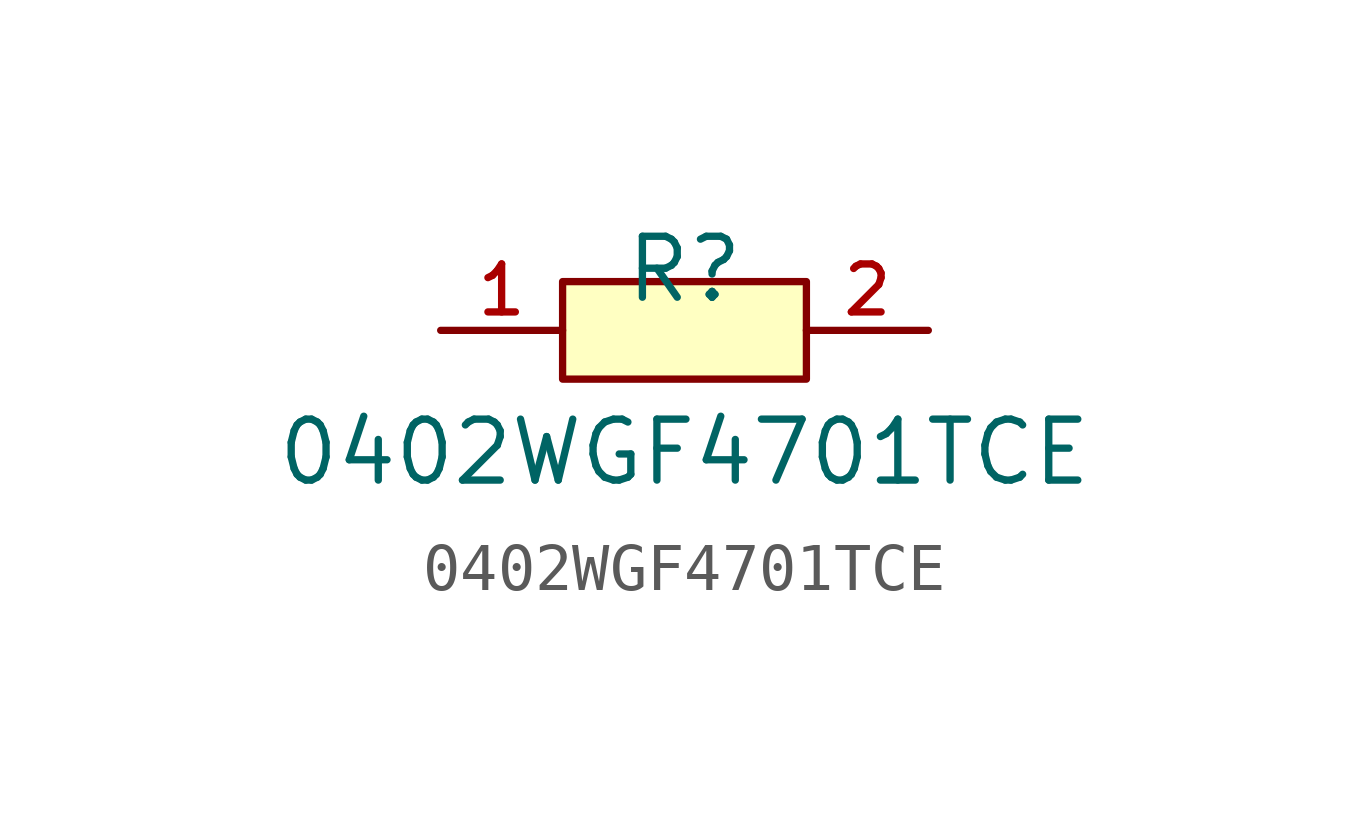
<source format=kicad_sym>
(kicad_symbol_lib
  (version 20220914)
  (generator kicad_symbol_editor)
  (symbol "0402WGF4701TCE"
    (pin_names hide)
    (property "Reference" "R"
      (at 0 1.27 0)
      (effects (font (size 1.27 1.27))))
    (property "Value" "0402WGF4701TCE"
      (at 0 -2.54 0)
      (effects (font (size 1.27 1.27))))
    (symbol "0402WGF4701TCE_0_1"
      (rectangle (start -2.54 1.016) (end 2.54 -1.016) (stroke (width 0) (type default)) (fill (type background))))
    (symbol "0402WGF4701TCE_1_1"
      (pin passive line (at -5.08 0 0) (length 2.54) (name "1" (effects (font (size 1 1)))) (number "1" (effects (font (size 1 1)))))
      (pin passive line (at 5.08 0 180) (length 2.54) (name "2" (effects (font (size 1 1)))) (number "2" (effects (font (size 1 1))))))))
</source>
